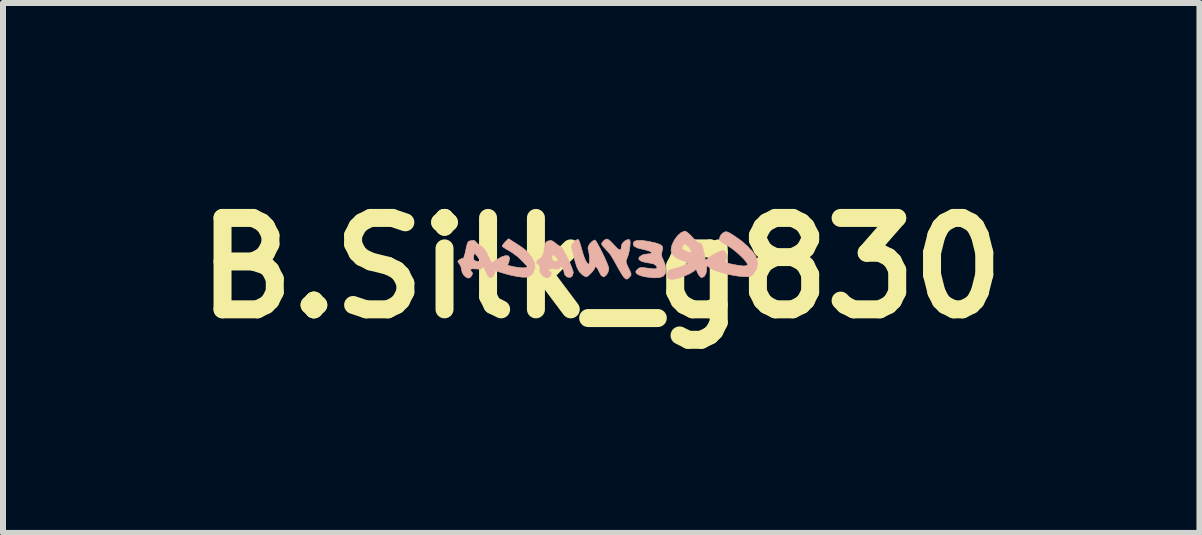
<source format=kicad_pcb>
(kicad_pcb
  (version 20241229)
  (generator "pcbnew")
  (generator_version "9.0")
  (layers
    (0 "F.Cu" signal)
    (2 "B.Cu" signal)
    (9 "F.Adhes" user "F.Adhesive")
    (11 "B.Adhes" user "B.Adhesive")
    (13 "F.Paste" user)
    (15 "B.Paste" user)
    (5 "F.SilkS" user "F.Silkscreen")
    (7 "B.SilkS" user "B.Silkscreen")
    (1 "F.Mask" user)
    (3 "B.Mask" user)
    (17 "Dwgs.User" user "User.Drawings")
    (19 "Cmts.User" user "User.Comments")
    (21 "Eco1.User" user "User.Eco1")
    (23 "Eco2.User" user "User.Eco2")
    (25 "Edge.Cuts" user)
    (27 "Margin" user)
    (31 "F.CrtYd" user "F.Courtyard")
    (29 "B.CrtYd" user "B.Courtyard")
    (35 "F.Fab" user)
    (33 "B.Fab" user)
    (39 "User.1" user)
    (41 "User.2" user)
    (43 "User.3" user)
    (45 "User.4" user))
  (footprint "B.Silk_g830"
    (layer "F.Cu")
    (at 6.974 1.418)
    (property "Reference" "B.Silk_g830" (at 0 0 0) (layer "F.SilkS") (effects (font (size 1.524 1.524) (thickness 0.3))))
    (attr through_hole)
    (fp_poly (pts (xy 0.142 -0.458) (xy 0.196 -0.404) (xy 0.215 -0.382) (xy 0.271 -0.323) (xy 0.309 -0.301) (xy 0.33 -0.314) (xy 0.338 -0.364) (xy 0.338 -0.375) (xy 0.353 -0.412) (xy 0.388 -0.447) (xy 0.43 -0.47) (xy 0.465 -0.474) (xy 0.477 -0.465) (xy 0.483 -0.428) (xy 0.479 -0.365) (xy 0.468 -0.29) (xy 0.451 -0.218) (xy 0.431 -0.164) (xy 0.416 -0.127) (xy 0.416 -0.093) (xy 0.433 -0.046) (xy 0.456 0.002) (xy 0.486 0.064) (xy 0.498 0.101) (xy 0.493 0.127) (xy 0.474 0.15) (xy 0.437 0.184) (xy 0.408 0.183) (xy 0.377 0.153) (xy 0.352 0.118) (xy 0.315 0.057) (xy 0.271 -0.019) (xy 0.256 -0.048) (xy 0.213 -0.125) (xy 0.174 -0.19) (xy 0.147 -0.232) (xy 0.141 -0.239) (xy 0.112 -0.272) (xy 0.068 -0.319) (xy 0.055 -0.334) (xy 0.017 -0.377) (xy 0.006 -0.404) (xy 0.018 -0.428) (xy 0.031 -0.444) (xy 0.068 -0.476) (xy 0.102 -0.482) (xy 0.142 -0.458)) (stroke (width 0.01) (type solid)) (fill yes) (layer "B.SilkS"))
    (fp_poly (pts (xy -0.378 -0.471) (xy -0.365 -0.444) (xy -0.346 -0.387) (xy -0.327 -0.317) (xy -0.293 -0.203) (xy -0.26 -0.12) (xy -0.228 -0.073) (xy -0.209 -0.064) (xy -0.198 -0.082) (xy -0.194 -0.129) (xy -0.197 -0.192) (xy -0.205 -0.257) (xy -0.217 -0.311) (xy -0.221 -0.322) (xy -0.217 -0.358) (xy -0.19 -0.404) (xy -0.15 -0.445) (xy -0.111 -0.465) (xy -0.105 -0.466) (xy -0.088 -0.448) (xy -0.059 -0.4) (xy -0.022 -0.331) (xy 0.019 -0.251) (xy 0.059 -0.168) (xy 0.093 -0.091) (xy 0.117 -0.03) (xy 0.127 0.007) (xy 0.127 0.009) (xy 0.115 0.066) (xy 0.087 0.116) (xy 0.051 0.146) (xy 0.039 0.148) (xy 0.001 0.127) (xy -0.034 0.065) (xy -0.034 0.064) (xy -0.06 0.011) (xy -0.085 -0.019) (xy -0.102 -0.02) (xy -0.106 -0.002) (xy -0.12 0.025) (xy -0.153 0.067) (xy -0.194 0.109) (xy -0.231 0.14) (xy -0.247 0.148) (xy -0.277 0.137) (xy -0.313 0.115) (xy -0.365 0.063) (xy -0.406 -0.015) (xy -0.441 -0.128) (xy -0.451 -0.172) (xy -0.469 -0.248) (xy -0.486 -0.311) (xy -0.496 -0.343) (xy -0.493 -0.376) (xy -0.469 -0.417) (xy -0.434 -0.454) (xy -0.399 -0.474) (xy -0.378 -0.471)) (stroke (width 0.01) (type solid)) (fill yes) (layer "B.SilkS"))
    (fp_poly (pts (xy 0.792 -0.443) (xy 0.813 -0.438) (xy 0.916 -0.415) (xy 0.982 -0.391) (xy 1.017 -0.363) (xy 1.026 -0.327) (xy 1.015 -0.281) (xy 1.004 -0.231) (xy 1.012 -0.182) (xy 1.036 -0.13) (xy 1.064 -0.058) (xy 1.079 0.013) (xy 1.079 0.03) (xy 1.068 0.095) (xy 1.032 0.138) (xy 0.967 0.161) (xy 0.87 0.164) (xy 0.738 0.148) (xy 0.732 0.147) (xy 0.664 0.13) (xy 0.611 0.108) (xy 0.595 0.096) (xy 0.575 0.069) (xy 0.584 0.044) (xy 0.604 0.023) (xy 0.631 0.001) (xy 0.664 -0.008) (xy 0.715 -0.005) (xy 0.78 0.004) (xy 0.865 0.014) (xy 0.914 0.013) (xy 0.931 -0.002) (xy 0.921 -0.033) (xy 0.918 -0.038) (xy 0.878 -0.066) (xy 0.802 -0.083) (xy 0.789 -0.085) (xy 0.72 -0.097) (xy 0.665 -0.115) (xy 0.648 -0.125) (xy 0.625 -0.15) (xy 0.631 -0.174) (xy 0.648 -0.194) (xy 0.704 -0.225) (xy 0.765 -0.233) (xy 0.824 -0.239) (xy 0.844 -0.253) (xy 0.824 -0.273) (xy 0.765 -0.294) (xy 0.757 -0.296) (xy 0.683 -0.314) (xy 0.615 -0.331) (xy 0.603 -0.334) (xy 0.549 -0.363) (xy 0.533 -0.397) (xy 0.544 -0.437) (xy 0.59 -0.458) (xy 0.672 -0.46) (xy 0.792 -0.443)) (stroke (width 0.01) (type solid)) (fill yes) (layer "B.SilkS"))
    (fp_poly (pts (xy -0.779 -0.428) (xy -0.763 -0.414) (xy -0.719 -0.378) (xy -0.684 -0.36) (xy -0.68 -0.36) (xy -0.661 -0.342) (xy -0.63 -0.294) (xy -0.593 -0.226) (xy -0.553 -0.147) (xy -0.516 -0.067) (xy -0.487 0.005) (xy -0.469 0.059) (xy -0.466 0.079) (xy -0.481 0.132) (xy -0.52 0.158) (xy -0.57 0.149) (xy -0.605 0.116) (xy -0.615 0.089) (xy -0.625 0.043) (xy -0.643 0.003) (xy -0.664 -0.03) (xy -0.677 -0.027) (xy -0.685 -0.01) (xy -0.704 0.013) (xy -0.742 0.019) (xy -0.784 0.015) (xy -0.844 0.013) (xy -0.878 0.023) (xy -0.878 0.042) (xy -0.855 0.059) (xy -0.833 0.081) (xy -0.841 0.116) (xy -0.845 0.124) (xy -0.881 0.163) (xy -0.927 0.161) (xy -0.983 0.12) (xy -1.02 0.066) (xy -1.022 0.014) (xy -1.023 -0.035) (xy -1.045 -0.055) (xy -1.076 -0.082) (xy -1.071 -0.117) (xy -1.033 -0.149) (xy -1.028 -0.151) (xy -0.99 -0.181) (xy -0.986 -0.19) (xy -0.824 -0.19) (xy -0.821 -0.148) (xy -0.8 -0.12) (xy -0.799 -0.12) (xy -0.752 -0.108) (xy -0.723 -0.114) (xy -0.72 -0.122) (xy -0.732 -0.156) (xy -0.759 -0.193) (xy -0.789 -0.218) (xy -0.806 -0.221) (xy -0.824 -0.19) (xy -0.986 -0.19) (xy -0.965 -0.235) (xy -0.954 -0.279) (xy -0.941 -0.345) (xy -0.933 -0.396) (xy -0.931 -0.411) (xy -0.913 -0.437) (xy -0.875 -0.454) (xy -0.826 -0.456) (xy -0.779 -0.428)) (stroke (width 0.01) (type solid)) (fill yes) (layer "B.SilkS"))
    (fp_poly (pts (xy -1.424 -0.411) (xy -1.336 -0.354) (xy -1.273 -0.307) (xy -1.226 -0.263) (xy -1.182 -0.21) (xy -1.161 -0.182) (xy -1.112 -0.089) (xy -1.104 -0.001) (xy -1.137 0.08) (xy -1.151 0.099) (xy -1.187 0.134) (xy -1.225 0.15) (xy -1.282 0.154) (xy -1.314 0.153) (xy -1.395 0.143) (xy -1.501 0.122) (xy -1.614 0.092) (xy -1.72 0.059) (xy -1.752 0.048) (xy -1.774 0.046) (xy -1.771 0.058) (xy -1.773 0.088) (xy -1.797 0.129) (xy -1.829 0.162) (xy -1.855 0.162) (xy -1.87 0.151) (xy -1.899 0.113) (xy -1.925 0.056) (xy -1.927 0.051) (xy -1.948 0.004) (xy -1.971 -0.021) (xy -1.987 -0.016) (xy -1.99 0.003) (xy -2.009 0.017) (xy -2.068 0.018) (xy -2.085 0.016) (xy -2.148 0.013) (xy -2.177 0.022) (xy -2.18 0.033) (xy -2.165 0.063) (xy -2.156 0.068) (xy -2.145 0.088) (xy -2.156 0.122) (xy -2.181 0.154) (xy -2.211 0.169) (xy -2.213 0.169) (xy -2.25 0.155) (xy -2.286 0.127) (xy -2.318 0.075) (xy -2.328 0.028) (xy -2.342 -0.031) (xy -2.365 -0.069) (xy -2.39 -0.101) (xy -2.383 -0.122) (xy -2.362 -0.139) (xy -2.351 -0.145) (xy -2.128 -0.145) (xy -2.113 -0.124) (xy -2.079 -0.112) (xy -2.039 -0.106) (xy -2.013 -0.109) (xy -2.011 -0.112) (xy -2.022 -0.132) (xy -2.05 -0.172) (xy -2.061 -0.187) (xy -2.112 -0.255) (xy -2.126 -0.199) (xy -2.128 -0.145) (xy -2.351 -0.145) (xy -2.325 -0.158) (xy -2.306 -0.158) (xy -2.293 -0.171) (xy -2.277 -0.216) (xy -2.264 -0.27) (xy -2.247 -0.354) (xy -2.233 -0.406) (xy -2.219 -0.434) (xy -2.2 -0.448) (xy -2.17 -0.457) (xy -2.168 -0.457) (xy -2.118 -0.46) (xy -2.092 -0.437) (xy -2.06 -0.403) (xy -2.01 -0.37) (xy -2.008 -0.369) (xy -1.953 -0.323) (xy -1.903 -0.243) (xy -1.891 -0.215) (xy -1.862 -0.152) (xy -1.84 -0.106) (xy -1.831 -0.089) (xy -1.812 -0.096) (xy -1.77 -0.121) (xy -1.745 -0.137) (xy -1.66 -0.186) (xy -1.592 -0.207) (xy -1.547 -0.201) (xy -1.527 -0.168) (xy -1.537 -0.109) (xy -1.538 -0.107) (xy -1.562 -0.044) (xy -1.453 -0.02) (xy -1.377 -0.007) (xy -1.306 -0.002) (xy -1.281 -0.003) (xy -1.217 -0.011) (xy -1.316 -0.116) (xy -1.389 -0.185) (xy -1.475 -0.25) (xy -1.533 -0.286) (xy -1.594 -0.321) (xy -1.637 -0.35) (xy -1.651 -0.366) (xy -1.637 -0.391) (xy -1.604 -0.43) (xy -1.598 -0.436) (xy -1.546 -0.488) (xy -1.424 -0.411)) (stroke (width 0.01) (type solid)) (fill yes) (layer "B.SilkS"))
    (fp_poly (pts (xy 1.43 -0.598) (xy 1.477 -0.558) (xy 1.523 -0.509) (xy 1.578 -0.451) (xy 1.62 -0.419) (xy 1.64 -0.416) (xy 1.659 -0.413) (xy 1.676 -0.386) (xy 1.695 -0.329) (xy 1.716 -0.238) (xy 1.725 -0.195) (xy 1.739 -0.126) (xy 1.796 -0.174) (xy 1.853 -0.214) (xy 1.923 -0.253) (xy 1.942 -0.262) (xy 2.002 -0.286) (xy 2.039 -0.289) (xy 2.063 -0.276) (xy 2.092 -0.227) (xy 2.089 -0.162) (xy 2.075 -0.129) (xy 2.069 -0.106) (xy 2.084 -0.09) (xy 2.127 -0.075) (xy 2.174 -0.064) (xy 2.296 -0.041) (xy 2.381 -0.033) (xy 2.432 -0.042) (xy 2.438 -0.044) (xy 2.439 -0.067) (xy 2.412 -0.108) (xy 2.365 -0.162) (xy 2.303 -0.222) (xy 2.234 -0.283) (xy 2.163 -0.337) (xy 2.097 -0.379) (xy 2.093 -0.38) (xy 2.025 -0.419) (xy 1.987 -0.449) (xy 1.973 -0.476) (xy 1.973 -0.501) (xy 1.995 -0.55) (xy 2.033 -0.586) (xy 2.064 -0.602) (xy 2.092 -0.604) (xy 2.129 -0.59) (xy 2.187 -0.556) (xy 2.213 -0.539) (xy 2.33 -0.457) (xy 2.435 -0.367) (xy 2.52 -0.277) (xy 2.577 -0.195) (xy 2.582 -0.183) (xy 2.607 -0.083) (xy 2.591 0.014) (xy 2.536 0.1) (xy 2.508 0.127) (xy 2.479 0.142) (xy 2.437 0.146) (xy 2.37 0.144) (xy 2.328 0.141) (xy 2.226 0.127) (xy 2.114 0.105) (xy 2.003 0.075) (xy 1.905 0.043) (xy 1.831 0.01) (xy 1.798 -0.012) (xy 1.771 -0.034) (xy 1.759 -0.027) (xy 1.757 0.014) (xy 1.757 0.027) (xy 1.746 0.093) (xy 1.718 0.14) (xy 1.68 0.159) (xy 1.663 0.156) (xy 1.635 0.13) (xy 1.608 0.084) (xy 1.583 0.023) (xy 1.527 0.064) (xy 1.467 0.099) (xy 1.384 0.135) (xy 1.295 0.166) (xy 1.216 0.186) (xy 1.175 0.191) (xy 1.13 0.18) (xy 1.109 0.16) (xy 1.102 0.115) (xy 1.104 0.082) (xy 1.117 0.052) (xy 1.15 0.031) (xy 1.213 0.012) (xy 1.224 0.009) (xy 1.312 -0.014) (xy 1.382 -0.041) (xy 1.428 -0.068) (xy 1.439 -0.085) (xy 1.421 -0.099) (xy 1.376 -0.118) (xy 1.358 -0.124) (xy 1.258 -0.166) (xy 1.193 -0.221) (xy 1.165 -0.286) (xy 1.164 -0.299) (xy 1.169 -0.328) (xy 1.344 -0.328) (xy 1.36 -0.307) (xy 1.401 -0.286) (xy 1.461 -0.262) (xy 1.492 -0.257) (xy 1.502 -0.27) (xy 1.503 -0.279) (xy 1.489 -0.311) (xy 1.457 -0.352) (xy 1.421 -0.388) (xy 1.394 -0.402) (xy 1.372 -0.386) (xy 1.354 -0.359) (xy 1.344 -0.328) (xy 1.169 -0.328) (xy 1.178 -0.377) (xy 1.215 -0.458) (xy 1.267 -0.531) (xy 1.326 -0.586) (xy 1.385 -0.613) (xy 1.398 -0.614) (xy 1.43 -0.598)) (stroke (width 0.01) (type solid)) (fill yes) (layer "B.SilkS")))
  (gr_rect
    (start -3 -3)
    (end 16.948 5.836)
    (stroke (width 0.1) (type default))
    (fill no)
    (layer "Edge.Cuts")))
</source>
